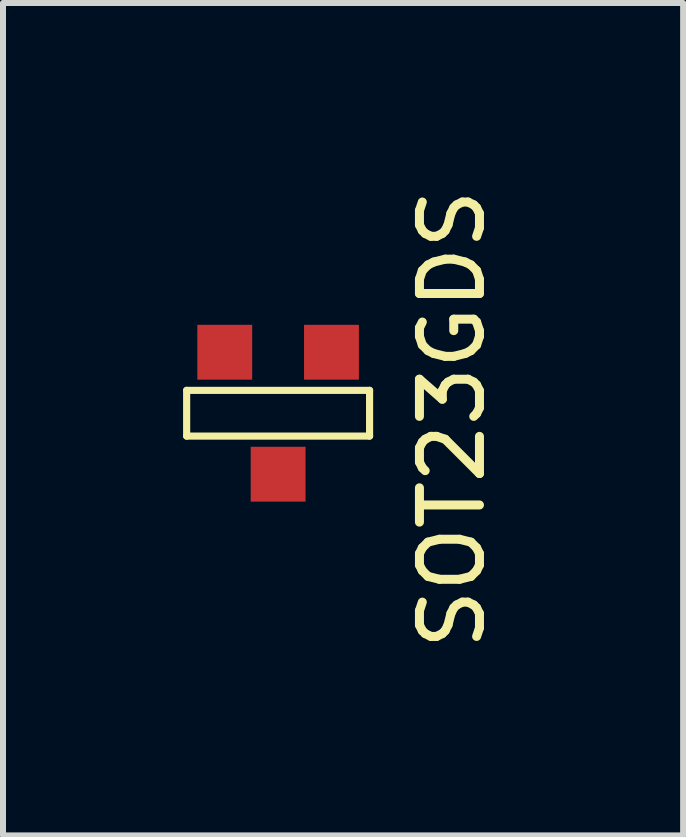
<source format=kicad_pcb>
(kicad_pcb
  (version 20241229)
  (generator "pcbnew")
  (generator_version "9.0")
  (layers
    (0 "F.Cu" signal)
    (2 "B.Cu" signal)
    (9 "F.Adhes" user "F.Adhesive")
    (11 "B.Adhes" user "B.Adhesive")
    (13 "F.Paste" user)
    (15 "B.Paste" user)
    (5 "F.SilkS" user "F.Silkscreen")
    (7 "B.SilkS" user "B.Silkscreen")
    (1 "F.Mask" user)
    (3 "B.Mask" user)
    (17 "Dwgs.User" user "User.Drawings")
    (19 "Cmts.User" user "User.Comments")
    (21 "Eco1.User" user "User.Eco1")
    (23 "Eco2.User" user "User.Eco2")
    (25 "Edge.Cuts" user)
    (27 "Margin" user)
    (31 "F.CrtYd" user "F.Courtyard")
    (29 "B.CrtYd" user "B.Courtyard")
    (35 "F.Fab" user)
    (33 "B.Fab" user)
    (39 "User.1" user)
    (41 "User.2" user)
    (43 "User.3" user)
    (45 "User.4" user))
  (footprint "SOT23GDS"
    (layer "F.Cu")
    (at 1.584 3.835)
    (property "Reference" "SOT23GDS" (at 2.9 0.1 90) (layer "F.SilkS") (effects (font (size 1 1) (thickness 0.15))))
    (attr smd)
    (fp_line (start -1.524 -0.381) (end 1.524 -0.381) (stroke (width 0.119) (type solid)) (layer "F.SilkS"))
    (fp_line (start -1.524 0.381) (end -1.524 -0.381) (stroke (width 0.119) (type solid)) (layer "F.SilkS"))
    (fp_line (start 1.524 -0.381) (end 1.524 0.381) (stroke (width 0.119) (type solid)) (layer "F.SilkS"))
    (fp_line (start 1.524 0.381) (end -1.524 0.381) (stroke (width 0.119) (type solid)) (layer "F.SilkS"))
    (pad "D" smd rect (at 0 1.016) (size 0.914 0.914) (layers "F.Cu" "F.Mask" "F.Paste"))
    (pad "G" smd rect (at 0.889 -1.016) (size 0.914 0.914) (layers "F.Cu" "F.Mask" "F.Paste"))
    (pad "S" smd rect (at -0.889 -1.016) (size 0.914 0.914) (layers "F.Cu" "F.Mask" "F.Paste")))
  (gr_rect
    (start -3 -3)
    (end 8.332 10.869)
    (stroke (width 0.1) (type default))
    (fill no)
    (layer "Edge.Cuts")))
</source>
